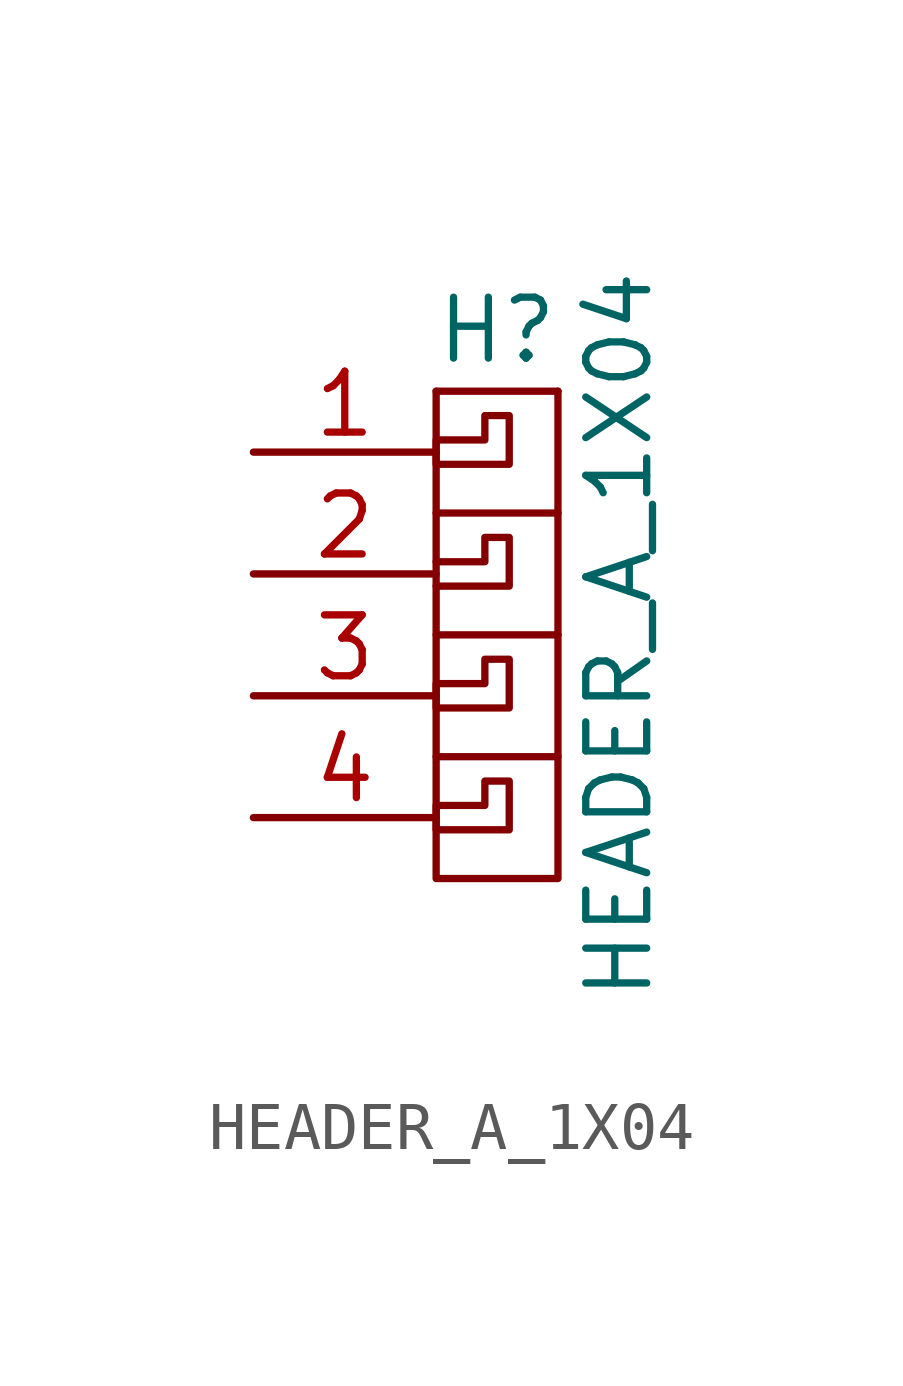
<source format=kicad_sym>
(kicad_symbol_lib
  (version 20220914)
  (generator kicad_symbol_editor)
  (symbol "HEADER_A_1X04"
    (pin_names
      (offset 1.016) hide)
    (property "Reference" "H"
      (at 0 13.97 0)
      (effects (font (size 1.27 1.27))))
    (property "Value" "HEADER_A_1X04"
      (at 2.54 7.62 90)
      (effects (font (size 1.27 1.27))))
    (property "Footprint" ""
      (at 0 0 0)
      (effects (font (size 1.27 1.27))))
    (property "Datasheet" ""
      (at 0 0 0)
      (effects (font (size 1.27 1.27))))
    (symbol "HEADER_A_1X04_0_1"
      (polyline (pts (xy 1.27 12.7) (xy -1.27 12.7)) (stroke (width 0) (type solid)) (fill (type none)))
      (polyline (pts (xy -1.27 5.08) (xy -1.27 2.54) (xy 1.27 2.54) (xy 1.27 5.08)) (stroke (width 0) (type solid)) (fill (type none)))
      (polyline (pts (xy -1.27 7.62) (xy -1.27 5.08) (xy 1.27 5.08) (xy 1.27 7.62)) (stroke (width 0) (type solid)) (fill (type none)))
      (polyline (pts (xy -1.27 10.16) (xy -1.27 7.62) (xy 1.27 7.62) (xy 1.27 10.16)) (stroke (width 0) (type solid)) (fill (type none)))
      (polyline (pts (xy -1.27 12.7) (xy -1.27 10.16) (xy 1.27 10.16) (xy 1.27 12.7)) (stroke (width 0) (type solid)) (fill (type none)))
      (polyline (pts (xy -1.27 9.144) (xy -0.254 9.144) (xy -0.254 9.652) (xy 0.254 9.652) (xy 0.254 8.636) (xy -1.27 8.636)) (stroke (width 0) (type solid)) (fill (type none)))
      (polyline (pts (xy -1.27 6.096) (xy 0.254 6.096) (xy 0.254 7.112) (xy -0.254 7.112) (xy -0.254 6.604) (xy -1.27 6.604) (xy -1.27 6.096)) (stroke (width 0) (type solid)) (fill (type none)))
      (polyline (pts (xy -0.254 12.192) (xy 0.254 12.192) (xy 0.254 11.176) (xy -1.27 11.176) (xy -1.27 11.684) (xy -0.254 11.684) (xy -0.254 12.192)) (stroke (width 0) (type solid)) (fill (type none)))
      (polyline (pts (xy -1.27 3.556) (xy 0.254 3.556) (xy 0.254 4.572) (xy 0 4.572) (xy -0.254 4.572) (xy -0.254 4.064) (xy -1.27 4.064) (xy -1.27 3.556)) (stroke (width 0) (type solid)) (fill (type none))))
    (symbol "HEADER_A_1X04_1_1"
      (pin passive line (at -5.08 11.43 0) (length 3.81) (name "P1" (effects (font (size 1.27 1.27)))) (number "1" (effects (font (size 1.27 1.27)))))
      (pin passive line (at -5.08 8.89 0) (length 3.81) (name "P2" (effects (font (size 1.27 1.27)))) (number "2" (effects (font (size 1.27 1.27)))))
      (pin passive line (at -5.08 6.35 0) (length 3.81) (name "P3" (effects (font (size 1.27 1.27)))) (number "3" (effects (font (size 1.27 1.27)))))
      (pin passive line (at -5.08 3.81 0) (length 3.81) (name "P4" (effects (font (size 1.27 1.27)))) (number "4" (effects (font (size 1.27 1.27))))))))
</source>
